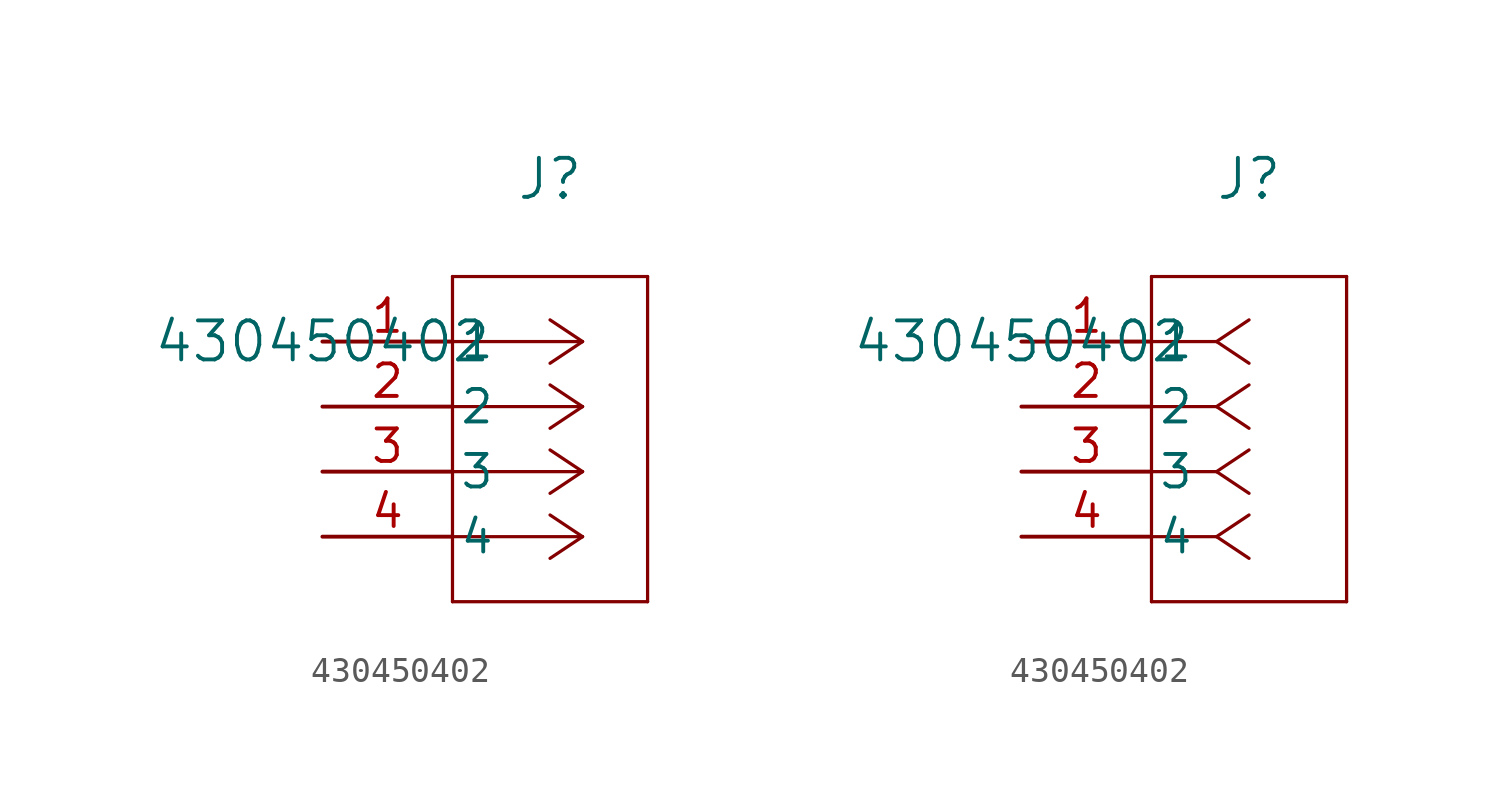
<source format=kicad_sym>
(kicad_symbol_lib
  (version 20211014)
  (generator kicad_symbol_editor)
  (symbol "430450402"
    (pin_names
      (offset 0.254))
    (property "Reference" "J"
      (at 8.89 6.35 0)
      (effects (font (size 1.524 1.524))))
    (property "Value" "430450402"
      (at 0 0 0)
      (effects (font (size 1.524 1.524))))
    (symbol "430450402_1_1"
      (polyline (pts (xy 10.16 0) (xy 5.08 0)) (stroke (width 0.127) (type default) (color 0 0 0 0)) (fill (type none)))
      (polyline (pts (xy 10.16 -2.54) (xy 5.08 -2.54)) (stroke (width 0.127) (type default) (color 0 0 0 0)) (fill (type none)))
      (polyline (pts (xy 10.16 -5.08) (xy 5.08 -5.08)) (stroke (width 0.127) (type default) (color 0 0 0 0)) (fill (type none)))
      (polyline (pts (xy 10.16 -7.62) (xy 5.08 -7.62)) (stroke (width 0.127) (type default) (color 0 0 0 0)) (fill (type none)))
      (polyline (pts (xy 10.16 0) (xy 8.89 0.847)) (stroke (width 0.127) (type default) (color 0 0 0 0)) (fill (type none)))
      (polyline (pts (xy 10.16 -2.54) (xy 8.89 -1.693)) (stroke (width 0.127) (type default) (color 0 0 0 0)) (fill (type none)))
      (polyline (pts (xy 10.16 -5.08) (xy 8.89 -4.233)) (stroke (width 0.127) (type default) (color 0 0 0 0)) (fill (type none)))
      (polyline (pts (xy 10.16 -7.62) (xy 8.89 -6.773)) (stroke (width 0.127) (type default) (color 0 0 0 0)) (fill (type none)))
      (polyline (pts (xy 10.16 0) (xy 8.89 -0.847)) (stroke (width 0.127) (type default) (color 0 0 0 0)) (fill (type none)))
      (polyline (pts (xy 10.16 -2.54) (xy 8.89 -3.387)) (stroke (width 0.127) (type default) (color 0 0 0 0)) (fill (type none)))
      (polyline (pts (xy 10.16 -5.08) (xy 8.89 -5.927)) (stroke (width 0.127) (type default) (color 0 0 0 0)) (fill (type none)))
      (polyline (pts (xy 10.16 -7.62) (xy 8.89 -8.467)) (stroke (width 0.127) (type default) (color 0 0 0 0)) (fill (type none)))
      (polyline (pts (xy 5.08 2.54) (xy 5.08 -10.16)) (stroke (width 0.127) (type default) (color 0 0 0 0)) (fill (type none)))
      (polyline (pts (xy 5.08 -10.16) (xy 12.7 -10.16)) (stroke (width 0.127) (type default) (color 0 0 0 0)) (fill (type none)))
      (polyline (pts (xy 12.7 -10.16) (xy 12.7 2.54)) (stroke (width 0.127) (type default) (color 0 0 0 0)) (fill (type none)))
      (polyline (pts (xy 12.7 2.54) (xy 5.08 2.54)) (stroke (width 0.127) (type default) (color 0 0 0 0)) (fill (type none)))
      (pin unspecified line (at 0 0 0) (length 5.08) (name "1" (effects (font (size 1.27 1.27)))) (number "1" (effects (font (size 1.27 1.27)))))
      (pin unspecified line (at 0 -2.54 0) (length 5.08) (name "2" (effects (font (size 1.27 1.27)))) (number "2" (effects (font (size 1.27 1.27)))))
      (pin unspecified line (at 0 -5.08 0) (length 5.08) (name "3" (effects (font (size 1.27 1.27)))) (number "3" (effects (font (size 1.27 1.27)))))
      (pin unspecified line (at 0 -7.62 0) (length 5.08) (name "4" (effects (font (size 1.27 1.27)))) (number "4" (effects (font (size 1.27 1.27))))))
    (symbol "430450402_1_2"
      (polyline (pts (xy 7.62 0) (xy 5.08 0)) (stroke (width 0.127) (type default) (color 0 0 0 0)) (fill (type none)))
      (polyline (pts (xy 7.62 -2.54) (xy 5.08 -2.54)) (stroke (width 0.127) (type default) (color 0 0 0 0)) (fill (type none)))
      (polyline (pts (xy 7.62 -5.08) (xy 5.08 -5.08)) (stroke (width 0.127) (type default) (color 0 0 0 0)) (fill (type none)))
      (polyline (pts (xy 7.62 -7.62) (xy 5.08 -7.62)) (stroke (width 0.127) (type default) (color 0 0 0 0)) (fill (type none)))
      (polyline (pts (xy 7.62 0) (xy 8.89 0.847)) (stroke (width 0.127) (type default) (color 0 0 0 0)) (fill (type none)))
      (polyline (pts (xy 7.62 -2.54) (xy 8.89 -1.693)) (stroke (width 0.127) (type default) (color 0 0 0 0)) (fill (type none)))
      (polyline (pts (xy 7.62 -5.08) (xy 8.89 -4.233)) (stroke (width 0.127) (type default) (color 0 0 0 0)) (fill (type none)))
      (polyline (pts (xy 7.62 -7.62) (xy 8.89 -6.773)) (stroke (width 0.127) (type default) (color 0 0 0 0)) (fill (type none)))
      (polyline (pts (xy 7.62 0) (xy 8.89 -0.847)) (stroke (width 0.127) (type default) (color 0 0 0 0)) (fill (type none)))
      (polyline (pts (xy 7.62 -2.54) (xy 8.89 -3.387)) (stroke (width 0.127) (type default) (color 0 0 0 0)) (fill (type none)))
      (polyline (pts (xy 7.62 -5.08) (xy 8.89 -5.927)) (stroke (width 0.127) (type default) (color 0 0 0 0)) (fill (type none)))
      (polyline (pts (xy 7.62 -7.62) (xy 8.89 -8.467)) (stroke (width 0.127) (type default) (color 0 0 0 0)) (fill (type none)))
      (polyline (pts (xy 5.08 2.54) (xy 5.08 -10.16)) (stroke (width 0.127) (type default) (color 0 0 0 0)) (fill (type none)))
      (polyline (pts (xy 5.08 -10.16) (xy 12.7 -10.16)) (stroke (width 0.127) (type default) (color 0 0 0 0)) (fill (type none)))
      (polyline (pts (xy 12.7 -10.16) (xy 12.7 2.54)) (stroke (width 0.127) (type default) (color 0 0 0 0)) (fill (type none)))
      (polyline (pts (xy 12.7 2.54) (xy 5.08 2.54)) (stroke (width 0.127) (type default) (color 0 0 0 0)) (fill (type none)))
      (pin unspecified line (at 0 0 0) (length 5.08) (name "1" (effects (font (size 1.27 1.27)))) (number "1" (effects (font (size 1.27 1.27)))))
      (pin unspecified line (at 0 -2.54 0) (length 5.08) (name "2" (effects (font (size 1.27 1.27)))) (number "2" (effects (font (size 1.27 1.27)))))
      (pin unspecified line (at 0 -5.08 0) (length 5.08) (name "3" (effects (font (size 1.27 1.27)))) (number "3" (effects (font (size 1.27 1.27)))))
      (pin unspecified line (at 0 -7.62 0) (length 5.08) (name "4" (effects (font (size 1.27 1.27)))) (number "4" (effects (font (size 1.27 1.27))))))))
</source>
